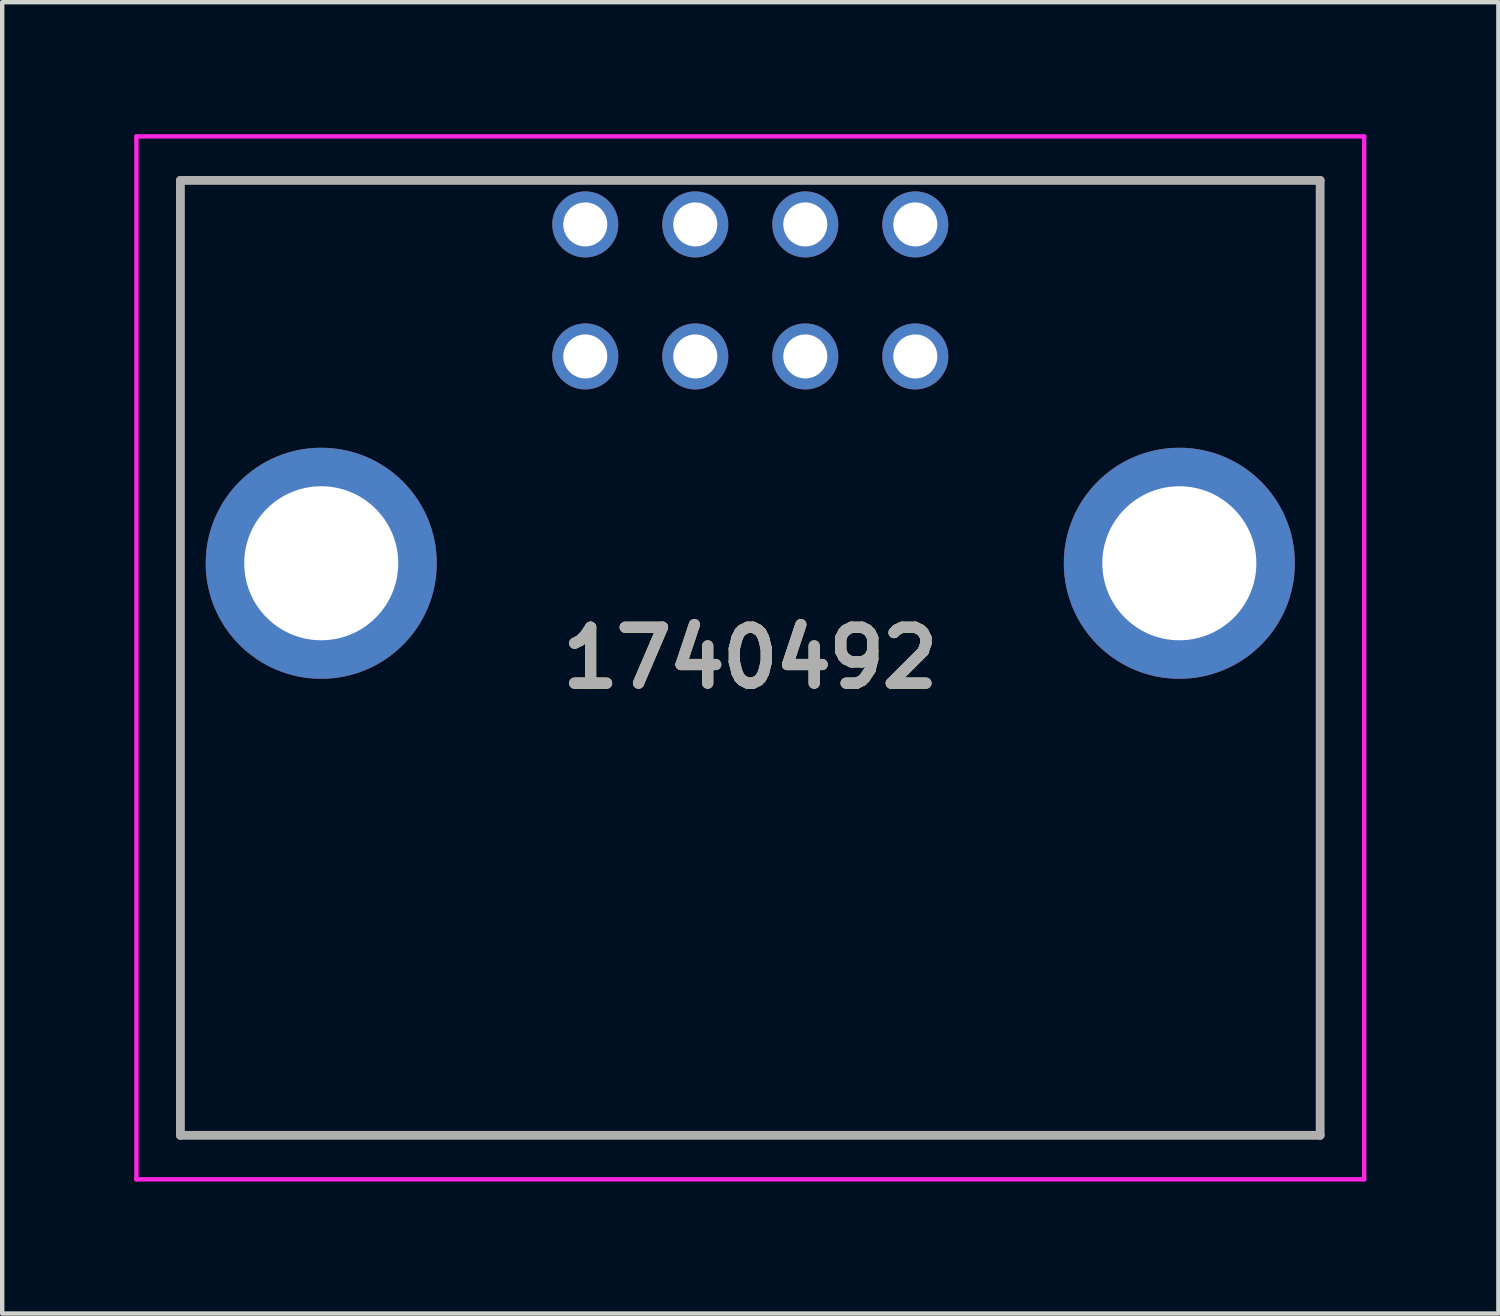
<source format=kicad_pcb>
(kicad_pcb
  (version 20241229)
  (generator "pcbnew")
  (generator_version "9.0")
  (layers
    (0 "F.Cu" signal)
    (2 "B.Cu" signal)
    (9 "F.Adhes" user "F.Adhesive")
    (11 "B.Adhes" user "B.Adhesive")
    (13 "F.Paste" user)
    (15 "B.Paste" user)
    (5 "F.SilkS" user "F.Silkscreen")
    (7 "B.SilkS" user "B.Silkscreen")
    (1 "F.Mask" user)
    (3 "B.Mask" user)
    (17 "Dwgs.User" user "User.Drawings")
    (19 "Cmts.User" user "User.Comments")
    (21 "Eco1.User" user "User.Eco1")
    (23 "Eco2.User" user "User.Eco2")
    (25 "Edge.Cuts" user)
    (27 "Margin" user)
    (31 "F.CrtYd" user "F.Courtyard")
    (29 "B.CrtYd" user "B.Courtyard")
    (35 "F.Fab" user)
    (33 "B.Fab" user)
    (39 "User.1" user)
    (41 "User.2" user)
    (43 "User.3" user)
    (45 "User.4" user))
  (footprint "1740492"
    (layer "F.Cu")
    (at 10.25 5.05)
    (property "Reference" "1740492" (at 3.75 6.85 0) (layer "F.SilkS") (effects (font (size 1.27 1.27) (thickness 0.254))))
    (attr through_hole)
    (fp_line (start -9.2 -4) (end 16.7 -4) (stroke (width 0.1) (type solid)) (layer "F.SilkS"))
    (fp_line (start -9.2 17.7) (end -9.2 -4) (stroke (width 0.1) (type solid)) (layer "F.SilkS"))
    (fp_line (start 16.7 -4) (end 16.7 17.7) (stroke (width 0.1) (type solid)) (layer "F.SilkS"))
    (fp_line (start 16.7 17.7) (end -9.2 17.7) (stroke (width 0.1) (type solid)) (layer "F.SilkS"))
    (fp_line (start -10.2 -5) (end 17.7 -5) (stroke (width 0.1) (type solid)) (layer "F.CrtYd"))
    (fp_line (start -10.2 18.7) (end -10.2 -5) (stroke (width 0.1) (type solid)) (layer "F.CrtYd"))
    (fp_line (start 17.7 -5) (end 17.7 18.7) (stroke (width 0.1) (type solid)) (layer "F.CrtYd"))
    (fp_line (start 17.7 18.7) (end -10.2 18.7) (stroke (width 0.1) (type solid)) (layer "F.CrtYd"))
    (fp_line (start -9.2 -4) (end 16.7 -4) (stroke (width 0.2) (type solid)) (layer "F.Fab"))
    (fp_line (start -9.2 17.7) (end -9.2 -4) (stroke (width 0.2) (type solid)) (layer "F.Fab"))
    (fp_line (start 16.7 -4) (end 16.7 17.7) (stroke (width 0.2) (type solid)) (layer "F.Fab"))
    (fp_line (start 16.7 17.7) (end -9.2 17.7) (stroke (width 0.2) (type solid)) (layer "F.Fab"))
    (fp_text user "${REFERENCE}" (at 3.75 6.85 0) (layer "F.Fab") (effects (font (size 1.27 1.27) (thickness 0.254))))
    (pad "1" thru_hole circle (at 0 0) (size 1.5 1.5) (drill 1) (layers "*.Cu" "*.Mask"))
    (pad "2" thru_hole circle (at 0 -3) (size 1.5 1.5) (drill 1) (layers "*.Cu" "*.Mask"))
    (pad "3" thru_hole circle (at 2.5 0) (size 1.5 1.5) (drill 1) (layers "*.Cu" "*.Mask"))
    (pad "4" thru_hole circle (at 2.5 -3) (size 1.5 1.5) (drill 1) (layers "*.Cu" "*.Mask"))
    (pad "5" thru_hole circle (at 5 0) (size 1.5 1.5) (drill 1) (layers "*.Cu" "*.Mask"))
    (pad "6" thru_hole circle (at 5 -3) (size 1.5 1.5) (drill 1) (layers "*.Cu" "*.Mask"))
    (pad "7" thru_hole circle (at 7.5 0) (size 1.5 1.5) (drill 1) (layers "*.Cu" "*.Mask"))
    (pad "8" thru_hole circle (at 7.5 -3) (size 1.5 1.5) (drill 1) (layers "*.Cu" "*.Mask"))
    (pad "MH1" thru_hole circle (at -6 4.7) (size 5.25 5.25) (drill 3.5) (layers "*.Cu" "*.Mask"))
    (pad "MH2" thru_hole circle (at 13.5 4.7) (size 5.25 5.25) (drill 3.5) (layers "*.Cu" "*.Mask")))
  (gr_rect
    (start -3 -3)
    (end 31 26.8)
    (stroke (width 0.1) (type default))
    (fill no)
    (layer "Edge.Cuts")))
</source>
